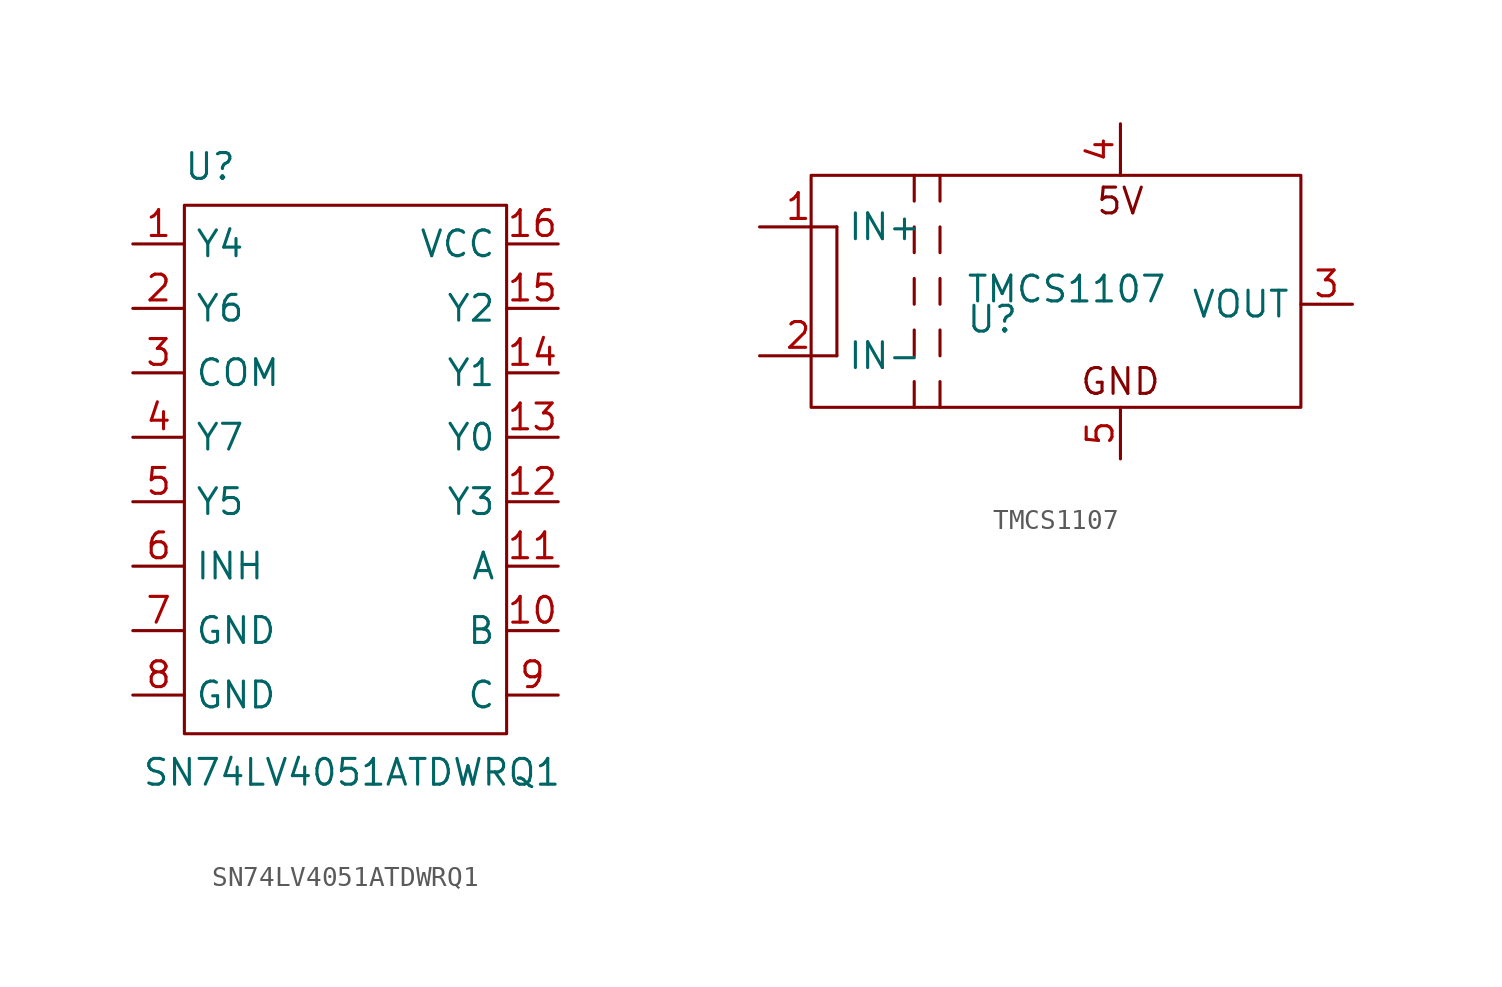
<source format=kicad_sym>
(kicad_symbol_lib
  (version 20211014)
  (generator kicad_symbol_editor)
  (symbol "SN74LV4051ATDWRQ1"
    (property "Reference" "U"
      (at -6.985 14.605 0)
      (effects (font (size 1.27 1.27))))
    (property "Value" "SN74LV4051ATDWRQ1"
      (at 0 -15.24 0)
      (effects (font (size 1.27 1.27))))
    (symbol "SN74LV4051ATDWRQ1_0_1"
      (rectangle (start -8.255 12.7) (end 7.62 -13.335) (stroke (width 0) (type default) (color 0 0 0 0)) (fill (type none))))
    (symbol "SN74LV4051ATDWRQ1_1_1"
      (pin input line (at -10.795 10.795 0) (length 2.54) (name "Y4" (effects (font (size 1.27 1.27)))) (number "1" (effects (font (size 1.27 1.27)))))
      (pin input line (at 10.16 -8.255 180) (length 2.54) (name "B" (effects (font (size 1.27 1.27)))) (number "10" (effects (font (size 1.27 1.27)))))
      (pin input line (at 10.16 -5.08 180) (length 2.54) (name "A" (effects (font (size 1.27 1.27)))) (number "11" (effects (font (size 1.27 1.27)))))
      (pin input line (at 10.16 -1.905 180) (length 2.54) (name "Y3" (effects (font (size 1.27 1.27)))) (number "12" (effects (font (size 1.27 1.27)))))
      (pin input line (at 10.16 1.27 180) (length 2.54) (name "Y0" (effects (font (size 1.27 1.27)))) (number "13" (effects (font (size 1.27 1.27)))))
      (pin input line (at 10.16 4.445 180) (length 2.54) (name "Y1" (effects (font (size 1.27 1.27)))) (number "14" (effects (font (size 1.27 1.27)))))
      (pin input line (at 10.16 7.62 180) (length 2.54) (name "Y2" (effects (font (size 1.27 1.27)))) (number "15" (effects (font (size 1.27 1.27)))))
      (pin power_in line (at 10.16 10.795 180) (length 2.54) (name "VCC" (effects (font (size 1.27 1.27)))) (number "16" (effects (font (size 1.27 1.27)))))
      (pin input line (at -10.795 7.62 0) (length 2.54) (name "Y6" (effects (font (size 1.27 1.27)))) (number "2" (effects (font (size 1.27 1.27)))))
      (pin output line (at -10.795 4.445 0) (length 2.54) (name "COM" (effects (font (size 1.27 1.27)))) (number "3" (effects (font (size 1.27 1.27)))))
      (pin input line (at -10.795 1.27 0) (length 2.54) (name "Y7" (effects (font (size 1.27 1.27)))) (number "4" (effects (font (size 1.27 1.27)))))
      (pin input line (at -10.795 -1.905 0) (length 2.54) (name "Y5" (effects (font (size 1.27 1.27)))) (number "5" (effects (font (size 1.27 1.27)))))
      (pin input line (at -10.795 -5.08 0) (length 2.54) (name "INH" (effects (font (size 1.27 1.27)))) (number "6" (effects (font (size 1.27 1.27)))))
      (pin power_in line (at -10.795 -8.255 0) (length 2.54) (name "GND" (effects (font (size 1.27 1.27)))) (number "7" (effects (font (size 1.27 1.27)))))
      (pin power_in line (at -10.795 -11.43 0) (length 2.54) (name "GND" (effects (font (size 1.27 1.27)))) (number "8" (effects (font (size 1.27 1.27)))))
      (pin input line (at 10.16 -11.43 180) (length 2.54) (name "C" (effects (font (size 1.27 1.27)))) (number "9" (effects (font (size 1.27 1.27)))))))
  (symbol "TMCS1107"
    (property "Reference" "U"
      (at 2.54 -1.27 0)
      (effects (font (size 1.27 1.27)) (justify left top)))
    (property "Value" "TMCS1107"
      (at 2.54 -1.27 0)
      (effects (font (size 1.27 1.27)) (justify left bottom)))
    (symbol "TMCS1107_0_0"
      (text "5V" (at 10.16 3.81 0) (effects (font (size 1.27 1.27))))
      (text "GND" (at 10.16 -5.08 0) (effects (font (size 1.27 1.27)))))
    (symbol "TMCS1107_0_1"
      (rectangle (start -5.08 5.08) (end 19.05 -6.35) (stroke (width 0) (type default) (color 0 0 0 0)) (fill (type none)))
      (polyline (pts (xy -3.81 -3.81) (xy -3.81 2.54)) (stroke (width 0) (type default) (color 0 0 0 0)) (fill (type none)))
      (polyline (pts (xy 0 -5.08) (xy 0 -6.35)) (stroke (width 0) (type default) (color 0 0 0 0)) (fill (type none)))
      (polyline (pts (xy 0 -2.54) (xy 0 -3.81)) (stroke (width 0) (type default) (color 0 0 0 0)) (fill (type none)))
      (polyline (pts (xy 0 0) (xy 0 -1.27)) (stroke (width 0) (type default) (color 0 0 0 0)) (fill (type none)))
      (polyline (pts (xy 0 2.54) (xy 0 1.27)) (stroke (width 0) (type default) (color 0 0 0 0)) (fill (type none)))
      (polyline (pts (xy 0 5.08) (xy 0 3.81)) (stroke (width 0) (type default) (color 0 0 0 0)) (fill (type none)))
      (polyline (pts (xy 1.27 -5.08) (xy 1.27 -6.35)) (stroke (width 0) (type default) (color 0 0 0 0)) (fill (type none)))
      (polyline (pts (xy 1.27 -2.54) (xy 1.27 -3.81)) (stroke (width 0) (type default) (color 0 0 0 0)) (fill (type none)))
      (polyline (pts (xy 1.27 0) (xy 1.27 -1.27)) (stroke (width 0) (type default) (color 0 0 0 0)) (fill (type none)))
      (polyline (pts (xy 1.27 2.54) (xy 1.27 1.27)) (stroke (width 0) (type default) (color 0 0 0 0)) (fill (type none)))
      (polyline (pts (xy 1.27 5.08) (xy 1.27 3.81)) (stroke (width 0) (type default) (color 0 0 0 0)) (fill (type none))))
    (symbol "TMCS1107_1_1"
      (pin input line (at -7.62 2.54 0) (length 3.81) (name "IN+" (effects (font (size 1.27 1.27)))) (number "1" (effects (font (size 1.27 1.27)))))
      (pin input line (at -7.62 -3.81 0) (length 3.81) (name "IN-" (effects (font (size 1.27 1.27)))) (number "2" (effects (font (size 1.27 1.27)))))
      (pin output line (at 21.59 -1.27 180) (length 2.54) (name "VOUT" (effects (font (size 1.27 1.27)))) (number "3" (effects (font (size 1.27 1.27)))))
      (pin power_in line (at 10.16 7.62 270) (length 2.54) (name "~" (effects (font (size 1.27 1.27)))) (number "4" (effects (font (size 1.27 1.27)))))
      (pin power_in line (at 10.16 -8.89 90) (length 2.54) (name "~" (effects (font (size 1.27 1.27)))) (number "5" (effects (font (size 1.27 1.27))))))))
</source>
